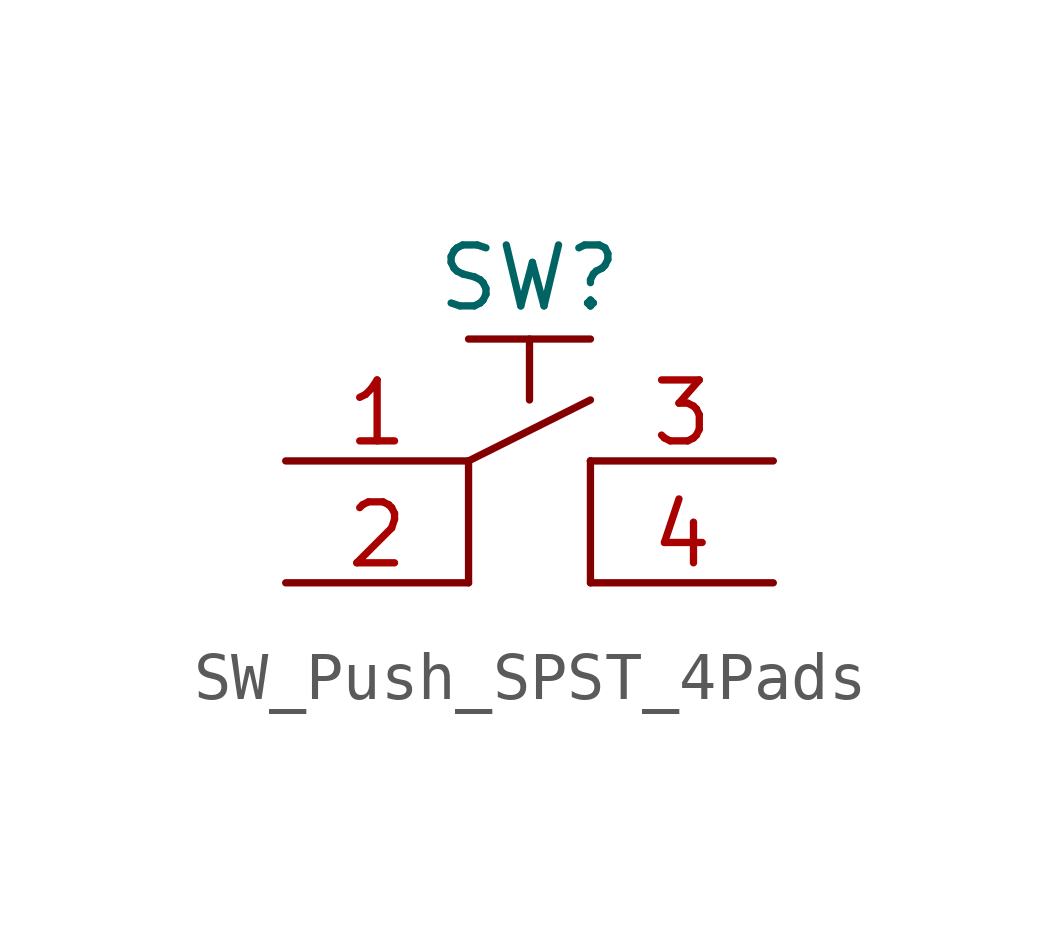
<source format=kicad_sym>
(kicad_symbol_lib
  (version 20231120)
  (generator "kicad_symbol_editor")
  (generator_version "8.0")
  (symbol "SW_Push_SPST_4Pads"
    (pin_names
      (offset 1.016) hide)
    (property "Reference" "SW"
      (at 0 5.08 0)
      (effects (font (size 1.27 1.27))))
    (symbol "SW_Push_SPST_4Pads_0_1"
      (polyline (pts (xy -1.27 3.81) (xy 1.27 3.81)) (stroke (width 0) (type default)) (fill (type none))))
    (symbol "SW_Push_SPST_4Pads_1_1"
      (polyline (pts (xy -1.27 1.27) (xy -1.27 -1.27)) (stroke (width 0) (type default)) (fill (type none)))
      (polyline (pts (xy -1.27 1.27) (xy 1.27 2.54)) (stroke (width 0) (type default)) (fill (type none)))
      (polyline (pts (xy 0 3.81) (xy 0 2.54)) (stroke (width 0) (type dash)) (fill (type none)))
      (polyline (pts (xy 1.27 -1.27) (xy 1.27 1.27)) (stroke (width 0) (type default)) (fill (type none)))
      (polyline (pts (xy 1.27 1.27) (xy 1.27 1.27)) (stroke (width 0) (type default)) (fill (type none)))
      (pin passive line (at -5.08 1.27 0) (length 3.81) (name "1" (effects (font (size 1.27 1.27)))) (number "1" (effects (font (size 1.27 1.27)))))
      (pin passive line (at -5.08 -1.27 0) (length 3.81) (name "2" (effects (font (size 1.27 1.27)))) (number "2" (effects (font (size 1.27 1.27)))))
      (pin passive line (at 5.08 1.27 180) (length 3.81) (name "3" (effects (font (size 1.27 1.27)))) (number "3" (effects (font (size 1.27 1.27)))))
      (pin passive line (at 5.08 -1.27 180) (length 3.81) (name "4" (effects (font (size 1.27 1.27)))) (number "4" (effects (font (size 1.27 1.27))))))))
</source>
